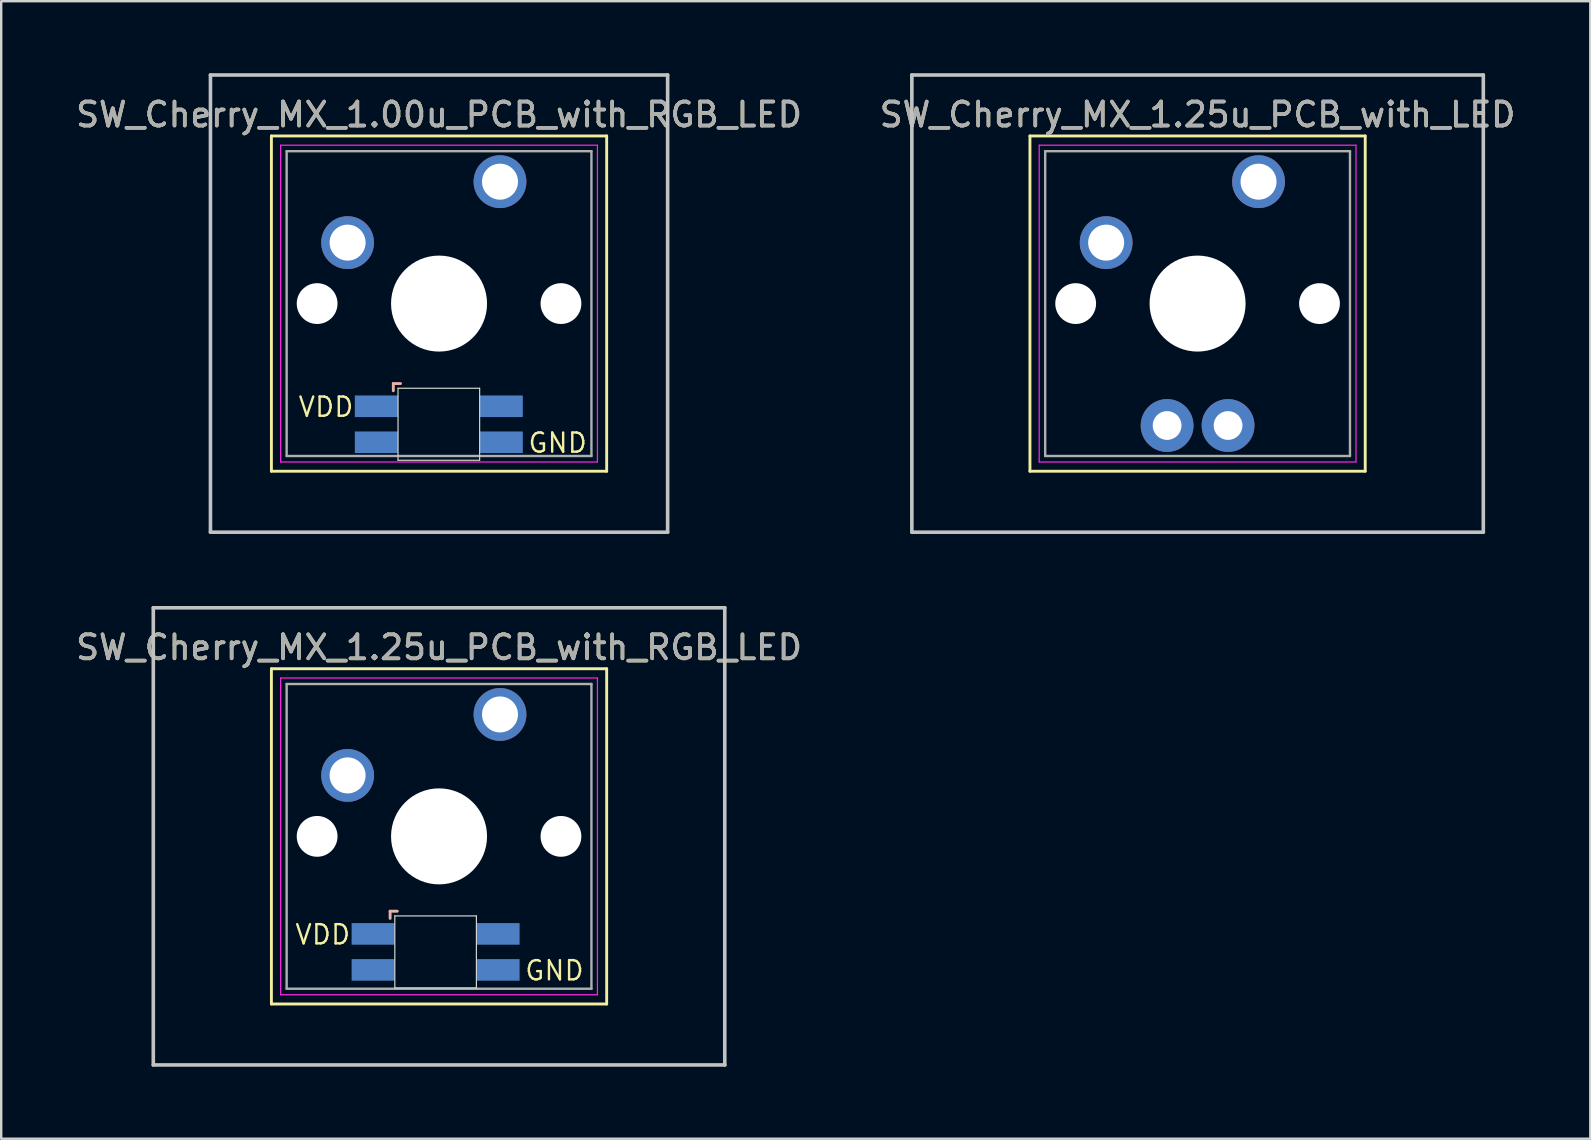
<source format=kicad_pcb>
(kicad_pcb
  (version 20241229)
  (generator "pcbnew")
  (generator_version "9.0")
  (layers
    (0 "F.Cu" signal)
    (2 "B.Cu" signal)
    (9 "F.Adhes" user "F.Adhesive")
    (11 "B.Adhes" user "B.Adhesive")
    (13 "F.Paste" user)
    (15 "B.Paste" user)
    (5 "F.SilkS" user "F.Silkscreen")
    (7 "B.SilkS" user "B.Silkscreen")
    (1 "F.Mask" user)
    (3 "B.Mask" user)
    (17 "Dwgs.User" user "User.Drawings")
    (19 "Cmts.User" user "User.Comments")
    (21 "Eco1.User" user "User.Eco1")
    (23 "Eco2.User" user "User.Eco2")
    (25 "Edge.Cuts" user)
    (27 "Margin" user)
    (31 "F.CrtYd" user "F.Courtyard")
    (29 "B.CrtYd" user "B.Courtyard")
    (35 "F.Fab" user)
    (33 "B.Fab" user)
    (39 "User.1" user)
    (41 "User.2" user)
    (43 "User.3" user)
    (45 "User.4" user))
  (footprint "SW_Cherry_MX_1.25u_PCB_with_LED"
    (layer "F.Cu")
    (at 49.391 4.52)
    (property "Reference" "SW_Cherry_MX_1.25u_PCB_with_LED" (at -2.54 -2.794 0) (layer "F.SilkS") (effects (font (size 1 1) (thickness 0.15))))
    (attr through_hole)
    (fp_line (start -9.525 -1.905) (end 4.445 -1.905) (stroke (width 0.12) (type solid)) (layer "F.SilkS"))
    (fp_line (start -9.525 12.065) (end -9.525 -1.905) (stroke (width 0.12) (type solid)) (layer "F.SilkS"))
    (fp_line (start 4.445 -1.905) (end 4.445 12.065) (stroke (width 0.12) (type solid)) (layer "F.SilkS"))
    (fp_line (start 4.445 12.065) (end -9.525 12.065) (stroke (width 0.12) (type solid)) (layer "F.SilkS"))
    (fp_line (start -14.446 -4.445) (end 9.366 -4.445) (stroke (width 0.15) (type solid)) (layer "Dwgs.User"))
    (fp_line (start -14.446 14.605) (end -14.446 -4.445) (stroke (width 0.15) (type solid)) (layer "Dwgs.User"))
    (fp_line (start 9.366 -4.445) (end 9.366 14.605) (stroke (width 0.15) (type solid)) (layer "Dwgs.User"))
    (fp_line (start 9.366 14.605) (end -14.446 14.605) (stroke (width 0.15) (type solid)) (layer "Dwgs.User"))
    (fp_line (start -9.14 -1.52) (end 4.06 -1.52) (stroke (width 0.05) (type solid)) (layer "F.CrtYd"))
    (fp_line (start -9.14 11.68) (end -9.14 -1.52) (stroke (width 0.05) (type solid)) (layer "F.CrtYd"))
    (fp_line (start 4.06 -1.52) (end 4.06 11.68) (stroke (width 0.05) (type solid)) (layer "F.CrtYd"))
    (fp_line (start 4.06 11.68) (end -9.14 11.68) (stroke (width 0.05) (type solid)) (layer "F.CrtYd"))
    (fp_line (start -8.89 -1.27) (end 3.81 -1.27) (stroke (width 0.1) (type solid)) (layer "F.Fab"))
    (fp_line (start -8.89 11.43) (end -8.89 -1.27) (stroke (width 0.1) (type solid)) (layer "F.Fab"))
    (fp_line (start 3.81 -1.27) (end 3.81 11.43) (stroke (width 0.1) (type solid)) (layer "F.Fab"))
    (fp_line (start 3.81 11.43) (end -8.89 11.43) (stroke (width 0.1) (type solid)) (layer "F.Fab"))
    (fp_text user "${REFERENCE}" (at -2.54 -2.794 0) (layer "F.Fab") (effects (font (size 1 1) (thickness 0.15))))
    (pad "" np_thru_hole circle (at -7.62 5.08) (size 1.7 1.7) (drill 1.7) (layers "*.Cu" "*.Mask"))
    (pad "" np_thru_hole circle (at -2.54 5.08) (size 4 4) (drill 4) (layers "*.Cu" "*.Mask"))
    (pad "" np_thru_hole circle (at 2.54 5.08) (size 1.7 1.7) (drill 1.7) (layers "*.Cu" "*.Mask"))
    (pad "1" thru_hole circle (at 0 0) (size 2.2 2.2) (drill 1.5) (layers "*.Cu" "*.Mask"))
    (pad "2" thru_hole circle (at -6.35 2.54) (size 2.2 2.2) (drill 1.5) (layers "*.Cu" "*.Mask"))
    (pad "3" thru_hole circle (at -3.81 10.16) (size 2.2 2.2) (drill 1.2) (layers "*.Cu" "*.Mask"))
    (pad "4" thru_hole circle (at -1.27 10.16) (size 2.2 2.2) (drill 1.2) (layers "*.Cu" "*.Mask")))
  (footprint "SW_Cherry_MX_1.25u_PCB_with_RGB_LED"
    (layer "F.Cu")
    (at 17.784 26.72)
    (property "Reference" "SW_Cherry_MX_1.25u_PCB_with_RGB_LED" (at -2.54 -2.794 0) (layer "F.SilkS") (effects (font (size 1 1) (thickness 0.15))))
    (attr through_hole)
    (fp_line (start -9.525 -1.905) (end 4.445 -1.905) (stroke (width 0.12) (type solid)) (layer "F.SilkS"))
    (fp_line (start -9.525 12.065) (end -9.525 -1.905) (stroke (width 0.12) (type solid)) (layer "F.SilkS"))
    (fp_line (start 4.445 -1.905) (end 4.445 12.065) (stroke (width 0.12) (type solid)) (layer "F.SilkS"))
    (fp_line (start 4.445 12.065) (end -9.525 12.065) (stroke (width 0.12) (type solid)) (layer "F.SilkS"))
    (fp_line (start -4.579 8.198) (end -4.579 8.498) (stroke (width 0.12) (type solid)) (layer "B.SilkS"))
    (fp_line (start -4.279 8.198) (end -4.579 8.198) (stroke (width 0.12) (type solid)) (layer "B.SilkS"))
    (fp_line (start -14.446 -4.445) (end 9.366 -4.445) (stroke (width 0.15) (type solid)) (layer "Dwgs.User"))
    (fp_line (start -14.446 14.605) (end -14.446 -4.445) (stroke (width 0.15) (type solid)) (layer "Dwgs.User"))
    (fp_line (start 9.366 -4.445) (end 9.366 14.605) (stroke (width 0.15) (type solid)) (layer "Dwgs.User"))
    (fp_line (start 9.366 14.605) (end -14.446 14.605) (stroke (width 0.15) (type solid)) (layer "Dwgs.User"))
    (fp_line (start -4.383 8.394) (end -0.983 8.394) (stroke (width 0.05) (type solid)) (layer "Edge.Cuts"))
    (fp_line (start -4.383 11.394) (end -4.383 8.394) (stroke (width 0.05) (type solid)) (layer "Edge.Cuts"))
    (fp_line (start -0.983 8.394) (end -0.983 11.394) (stroke (width 0.05) (type solid)) (layer "Edge.Cuts"))
    (fp_line (start -0.983 11.394) (end -4.383 11.394) (stroke (width 0.05) (type solid)) (layer "Edge.Cuts"))
    (fp_line (start -9.14 -1.52) (end 4.06 -1.52) (stroke (width 0.05) (type solid)) (layer "F.CrtYd"))
    (fp_line (start -9.14 11.68) (end -9.14 -1.52) (stroke (width 0.05) (type solid)) (layer "F.CrtYd"))
    (fp_line (start 4.06 -1.52) (end 4.06 11.68) (stroke (width 0.05) (type solid)) (layer "F.CrtYd"))
    (fp_line (start 4.06 11.68) (end -9.14 11.68) (stroke (width 0.05) (type solid)) (layer "F.CrtYd"))
    (fp_line (start -8.89 -1.27) (end 3.81 -1.27) (stroke (width 0.1) (type solid)) (layer "F.Fab"))
    (fp_line (start -8.89 11.43) (end -8.89 -1.27) (stroke (width 0.1) (type solid)) (layer "F.Fab"))
    (fp_line (start 3.81 -1.27) (end 3.81 11.43) (stroke (width 0.1) (type solid)) (layer "F.Fab"))
    (fp_line (start 3.81 11.43) (end -8.89 11.43) (stroke (width 0.1) (type solid)) (layer "F.Fab"))
    (fp_text user "VDD" (at -8.592 9.641 0) (unlocked yes) (layer "F.SilkS") (effects (font (size 0.8 0.8) (thickness 0.1)) (justify left bottom)))
    (fp_text user "GND" (at 0.984 11.14 0) (unlocked yes) (layer "F.SilkS") (effects (font (size 0.8 0.8) (thickness 0.1)) (justify left bottom)))
    (fp_text user "${REFERENCE}" (at -2.54 -2.794 0) (layer "F.Fab") (effects (font (size 1 1) (thickness 0.15))))
    (pad "" np_thru_hole circle (at -7.62 5.08) (size 1.7 1.7) (drill 1.7) (layers "*.Cu" "*.Mask"))
    (pad "" np_thru_hole circle (at -2.54 5.08) (size 4 4) (drill 4) (layers "*.Cu" "*.Mask"))
    (pad "" np_thru_hole circle (at 2.54 5.08) (size 1.7 1.7) (drill 1.7) (layers "*.Cu" "*.Mask"))
    (pad "1" thru_hole circle (at 0 0) (size 2.2 2.2) (drill 1.5) (layers "*.Cu" "*.Mask"))
    (pad "2" thru_hole circle (at -6.35 2.54) (size 2.2 2.2) (drill 1.5) (layers "*.Cu" "*.Mask"))
    (pad "3" smd rect (at -0.083 10.644) (size 1.8 0.9) (layers "B.Cu" "B.Mask" "B.Paste"))
    (pad "4" smd rect (at -0.083 9.144) (size 1.8 0.9) (layers "B.Cu" "B.Mask" "B.Paste"))
    (pad "5" smd rect (at -5.283 10.644) (size 1.8 0.9) (layers "B.Cu" "B.Mask" "B.Paste"))
    (pad "6" smd rect (at -5.283 9.144) (size 1.8 0.9) (layers "B.Cu" "B.Mask" "B.Paste")))
  (footprint "SW_Cherry_MX_1.00u_PCB_with_RGB_LED"
    (layer "F.Cu")
    (at 17.784 4.52)
    (property "Reference" "SW_Cherry_MX_1.00u_PCB_with_RGB_LED" (at -2.54 -2.794 0) (layer "F.SilkS") (effects (font (size 1 1) (thickness 0.15))))
    (attr through_hole)
    (fp_line (start -9.525 -1.905) (end 4.445 -1.905) (stroke (width 0.12) (type solid)) (layer "F.SilkS"))
    (fp_line (start -9.525 12.065) (end -9.525 -1.905) (stroke (width 0.12) (type solid)) (layer "F.SilkS"))
    (fp_line (start 4.445 -1.905) (end 4.445 12.065) (stroke (width 0.12) (type solid)) (layer "F.SilkS"))
    (fp_line (start 4.445 12.065) (end -9.525 12.065) (stroke (width 0.12) (type solid)) (layer "F.SilkS"))
    (fp_line (start -4.445 8.412) (end -4.445 8.712) (stroke (width 0.12) (type solid)) (layer "B.SilkS"))
    (fp_line (start -4.145 8.412) (end -4.445 8.412) (stroke (width 0.12) (type solid)) (layer "B.SilkS"))
    (fp_line (start -12.065 -4.445) (end 6.985 -4.445) (stroke (width 0.15) (type solid)) (layer "Dwgs.User"))
    (fp_line (start -12.065 14.605) (end -12.065 -4.445) (stroke (width 0.15) (type solid)) (layer "Dwgs.User"))
    (fp_line (start 6.985 -4.445) (end 6.985 14.605) (stroke (width 0.15) (type solid)) (layer "Dwgs.User"))
    (fp_line (start 6.985 14.605) (end -12.065 14.605) (stroke (width 0.15) (type solid)) (layer "Dwgs.User"))
    (fp_line (start -4.249 8.608) (end -0.849 8.608) (stroke (width 0.05) (type solid)) (layer "Edge.Cuts"))
    (fp_line (start -4.249 11.608) (end -4.249 8.608) (stroke (width 0.05) (type solid)) (layer "Edge.Cuts"))
    (fp_line (start -0.849 8.608) (end -0.849 11.608) (stroke (width 0.05) (type solid)) (layer "Edge.Cuts"))
    (fp_line (start -0.849 11.608) (end -4.249 11.608) (stroke (width 0.05) (type solid)) (layer "Edge.Cuts"))
    (fp_line (start -9.14 -1.52) (end 4.06 -1.52) (stroke (width 0.05) (type solid)) (layer "F.CrtYd"))
    (fp_line (start -9.14 11.68) (end -9.14 -1.52) (stroke (width 0.05) (type solid)) (layer "F.CrtYd"))
    (fp_line (start 4.06 -1.52) (end 4.06 11.68) (stroke (width 0.05) (type solid)) (layer "F.CrtYd"))
    (fp_line (start 4.06 11.68) (end -9.14 11.68) (stroke (width 0.05) (type solid)) (layer "F.CrtYd"))
    (fp_line (start -8.89 -1.27) (end 3.81 -1.27) (stroke (width 0.1) (type solid)) (layer "F.Fab"))
    (fp_line (start -8.89 11.43) (end -8.89 -1.27) (stroke (width 0.1) (type solid)) (layer "F.Fab"))
    (fp_line (start 3.81 -1.27) (end 3.81 11.43) (stroke (width 0.1) (type solid)) (layer "F.Fab"))
    (fp_line (start 3.81 11.43) (end -8.89 11.43) (stroke (width 0.1) (type solid)) (layer "F.Fab"))
    (fp_text user "GND" (at 1.118 11.354 0) (unlocked yes) (layer "F.SilkS") (effects (font (size 0.8 0.8) (thickness 0.1)) (justify left bottom)))
    (fp_text user "VDD" (at -8.458 9.855 0) (unlocked yes) (layer "F.SilkS") (effects (font (size 0.8 0.8) (thickness 0.1)) (justify left bottom)))
    (fp_text user "${REFERENCE}" (at -2.54 -2.794 0) (layer "F.Fab") (effects (font (size 1 1) (thickness 0.15))))
    (pad "" np_thru_hole circle (at -7.62 5.08) (size 1.7 1.7) (drill 1.7) (layers "*.Cu" "*.Mask"))
    (pad "" np_thru_hole circle (at -2.54 5.08) (size 4 4) (drill 4) (layers "*.Cu" "*.Mask"))
    (pad "" np_thru_hole circle (at 2.54 5.08) (size 1.7 1.7) (drill 1.7) (layers "*.Cu" "*.Mask"))
    (pad "1" thru_hole circle (at 0 0) (size 2.2 2.2) (drill 1.5) (layers "*.Cu" "*.Mask"))
    (pad "2" thru_hole circle (at -6.35 2.54) (size 2.2 2.2) (drill 1.5) (layers "*.Cu" "*.Mask"))
    (pad "3" smd rect (at 0.051 10.858) (size 1.8 0.9) (layers "B.Cu" "B.Mask" "B.Paste"))
    (pad "4" smd rect (at 0.051 9.358) (size 1.8 0.9) (layers "B.Cu" "B.Mask" "B.Paste"))
    (pad "5" smd rect (at -5.149 10.858) (size 1.8 0.9) (layers "B.Cu" "B.Mask" "B.Paste"))
    (pad "6" smd rect (at -5.149 9.358) (size 1.8 0.9) (layers "B.Cu" "B.Mask" "B.Paste")))
  (gr_rect
    (start -3 -3)
    (end 63.214 44.4)
    (stroke (width 0.1) (type default))
    (fill no)
    (layer "Edge.Cuts")))
</source>
